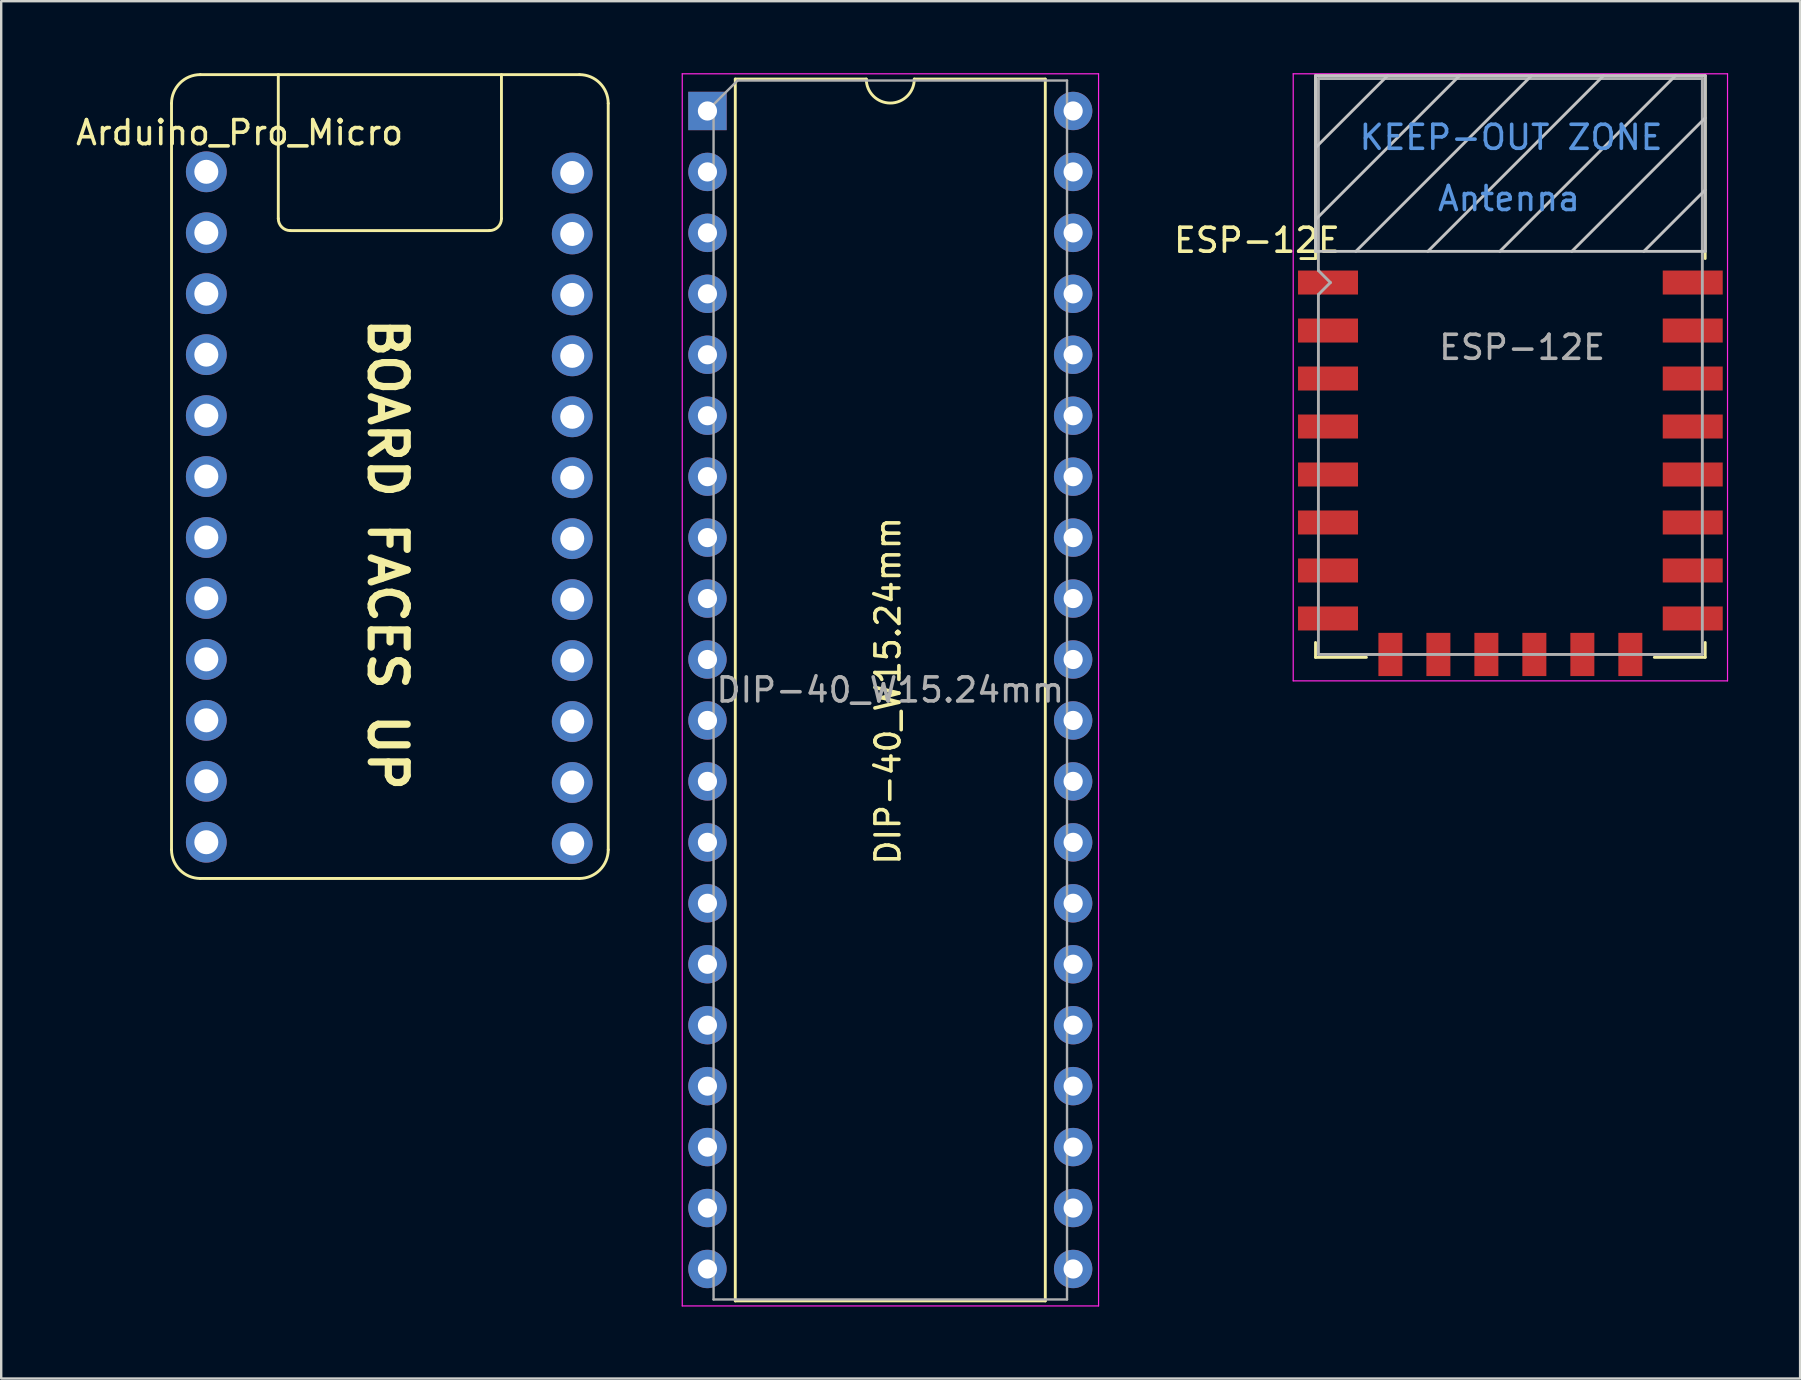
<source format=kicad_pcb>
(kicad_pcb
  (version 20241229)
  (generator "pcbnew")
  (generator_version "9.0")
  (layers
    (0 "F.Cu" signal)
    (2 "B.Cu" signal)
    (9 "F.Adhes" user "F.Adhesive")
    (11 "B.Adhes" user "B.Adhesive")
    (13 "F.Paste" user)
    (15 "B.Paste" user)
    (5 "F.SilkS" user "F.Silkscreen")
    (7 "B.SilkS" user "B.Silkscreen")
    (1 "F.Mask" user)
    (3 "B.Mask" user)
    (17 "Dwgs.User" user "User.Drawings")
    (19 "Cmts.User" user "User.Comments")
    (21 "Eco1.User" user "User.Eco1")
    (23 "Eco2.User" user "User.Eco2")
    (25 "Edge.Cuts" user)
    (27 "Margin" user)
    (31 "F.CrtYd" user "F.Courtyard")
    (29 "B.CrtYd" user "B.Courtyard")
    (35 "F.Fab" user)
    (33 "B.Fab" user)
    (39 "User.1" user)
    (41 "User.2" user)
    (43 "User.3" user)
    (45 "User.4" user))
  (footprint "Arduino_Pro_Micro"
    (layer "F.Cu")
    (at 5.548 4.11)
    (property "Reference" "Arduino_Pro_Micro" (at 1.387 -1.631 0) (layer "F.SilkS") (effects (font (size 1 1) (thickness 0.15))))
    (attr through_hole)
    (fp_line (start -1.45 28.25) (end -1.45 -2.85) (stroke (width 0.12) (type solid)) (layer "F.SilkS"))
    (fp_line (start -0.25 -4.05) (end 15.55 -4.05) (stroke (width 0.12) (type solid)) (layer "F.SilkS"))
    (fp_line (start -0.25 29.45) (end 15.55 29.45) (stroke (width 0.12) (type solid)) (layer "F.SilkS"))
    (fp_line (start 3 -4.05) (end 3 1.95) (stroke (width 0.12) (type solid)) (layer "F.SilkS"))
    (fp_line (start 3.5 2.45) (end 11.8 2.45) (stroke (width 0.12) (type solid)) (layer "F.SilkS"))
    (fp_line (start 12.3 -4.05) (end 12.3 1.95) (stroke (width 0.12) (type solid)) (layer "F.SilkS"))
    (fp_line (start 16.75 28.25) (end 16.75 -2.85) (stroke (width 0.12) (type solid)) (layer "F.SilkS"))
    (fp_arc (start -1.45 -2.85) (mid -1.098528 -3.698528) (end -0.25 -4.05) (stroke (width 0.12) (type solid)) (layer "F.SilkS"))
    (fp_arc (start -0.25 29.45) (mid -1.098528 29.098528) (end -1.45 28.25) (stroke (width 0.12) (type solid)) (layer "F.SilkS"))
    (fp_arc (start 3.5 2.45) (mid 3.146447 2.303553) (end 3 1.95) (stroke (width 0.12) (type solid)) (layer "F.SilkS"))
    (fp_arc (start 12.3 1.95) (mid 12.153553 2.303553) (end 11.8 2.45) (stroke (width 0.12) (type solid)) (layer "F.SilkS"))
    (fp_arc (start 15.55 -4.05) (mid 16.398528 -3.698528) (end 16.75 -2.85) (stroke (width 0.12) (type solid)) (layer "F.SilkS"))
    (fp_arc (start 16.75 28.25) (mid 16.398528 29.098528) (end 15.55 29.45) (stroke (width 0.12) (type solid)) (layer "F.SilkS"))
    (fp_text user "BOARD FACES UP" (at 7.55 15.95 270) (unlocked yes) (layer "F.SilkS") (effects (font (size 1.5 1.5) (thickness 0.3))))
    (pad "1" thru_hole circle (at 0 0) (size 1.7 1.7) (drill 1) (layers "*.Cu" "*.Mask"))
    (pad "2" thru_hole circle (at 0 2.54) (size 1.7 1.7) (drill 1) (layers "*.Cu" "*.Mask"))
    (pad "3" thru_hole circle (at 0 5.08) (size 1.7 1.7) (drill 1) (layers "*.Cu" "*.Mask"))
    (pad "4" thru_hole circle (at 0 7.62) (size 1.7 1.7) (drill 1) (layers "*.Cu" "*.Mask"))
    (pad "5" thru_hole circle (at 0 10.16) (size 1.7 1.7) (drill 1) (layers "*.Cu" "*.Mask"))
    (pad "6" thru_hole circle (at 0 12.7) (size 1.7 1.7) (drill 1) (layers "*.Cu" "*.Mask"))
    (pad "7" thru_hole circle (at 0 15.24) (size 1.7 1.7) (drill 1) (layers "*.Cu" "*.Mask"))
    (pad "8" thru_hole circle (at 0 17.78) (size 1.7 1.7) (drill 1) (layers "*.Cu" "*.Mask"))
    (pad "9" thru_hole circle (at 0 20.32) (size 1.7 1.7) (drill 1) (layers "*.Cu" "*.Mask"))
    (pad "10" thru_hole circle (at 0 22.86) (size 1.7 1.7) (drill 1) (layers "*.Cu" "*.Mask"))
    (pad "11" thru_hole circle (at 0 25.4) (size 1.7 1.7) (drill 1) (layers "*.Cu" "*.Mask"))
    (pad "12" thru_hole circle (at 0 27.94) (size 1.7 1.7) (drill 1) (layers "*.Cu" "*.Mask"))
    (pad "13" thru_hole circle (at 15.25 27.99) (size 1.7 1.7) (drill 1) (layers "*.Cu" "*.Mask"))
    (pad "14" thru_hole circle (at 15.25 25.45) (size 1.7 1.7) (drill 1) (layers "*.Cu" "*.Mask"))
    (pad "15" thru_hole circle (at 15.25 22.91) (size 1.7 1.7) (drill 1) (layers "*.Cu" "*.Mask"))
    (pad "16" thru_hole circle (at 15.25 20.37) (size 1.7 1.7) (drill 1) (layers "*.Cu" "*.Mask"))
    (pad "17" thru_hole circle (at 15.25 17.83) (size 1.7 1.7) (drill 1) (layers "*.Cu" "*.Mask"))
    (pad "18" thru_hole circle (at 15.25 15.29) (size 1.7 1.7) (drill 1) (layers "*.Cu" "*.Mask"))
    (pad "19" thru_hole circle (at 15.25 12.75) (size 1.7 1.7) (drill 1) (layers "*.Cu" "*.Mask"))
    (pad "20" thru_hole circle (at 15.25 10.21) (size 1.7 1.7) (drill 1) (layers "*.Cu" "*.Mask"))
    (pad "21" thru_hole circle (at 15.25 7.67) (size 1.7 1.7) (drill 1) (layers "*.Cu" "*.Mask"))
    (pad "22" thru_hole circle (at 15.25 5.13) (size 1.7 1.7) (drill 1) (layers "*.Cu" "*.Mask"))
    (pad "23" thru_hole circle (at 15.25 2.59) (size 1.7 1.7) (drill 1) (layers "*.Cu" "*.Mask"))
    (pad "24" thru_hole circle (at 15.25 0.05) (size 1.7 1.7) (drill 1) (layers "*.Cu" "*.Mask")))
  (footprint "ESP-12E"
    (layer "F.Cu")
    (at 59.895 12.225)
    (property "Reference" "ESP-12E" (at -10.56 -5.26 0) (layer "F.SilkS") (effects (font (size 1 1) (thickness 0.15))))
    (attr smd)
    (fp_line (start -8.12 -12.12) (end 8.12 -12.12) (stroke (width 0.12) (type solid)) (layer "F.SilkS"))
    (fp_line (start -8.12 -4.5) (end -8.73 -4.5) (stroke (width 0.12) (type solid)) (layer "F.SilkS"))
    (fp_line (start -8.12 -4.5) (end -8.12 -12.12) (stroke (width 0.12) (type solid)) (layer "F.SilkS"))
    (fp_line (start -8.12 12.12) (end -8.12 11.5) (stroke (width 0.12) (type solid)) (layer "F.SilkS"))
    (fp_line (start -6 12.12) (end -8.12 12.12) (stroke (width 0.12) (type solid)) (layer "F.SilkS"))
    (fp_line (start 8.12 -12.12) (end 8.12 -4.5) (stroke (width 0.12) (type solid)) (layer "F.SilkS"))
    (fp_line (start 8.12 11.5) (end 8.12 12.12) (stroke (width 0.12) (type solid)) (layer "F.SilkS"))
    (fp_line (start 8.12 12.12) (end 6 12.12) (stroke (width 0.12) (type solid)) (layer "F.SilkS"))
    (fp_line (start -8.12 -12.12) (end 8.12 -12.12) (stroke (width 0.12) (type solid)) (layer "Dwgs.User"))
    (fp_line (start -8.12 -9.12) (end -5.12 -12.12) (stroke (width 0.12) (type solid)) (layer "Dwgs.User"))
    (fp_line (start -8.12 -6.12) (end -2.12 -12.12) (stroke (width 0.12) (type solid)) (layer "Dwgs.User"))
    (fp_line (start -8.12 -4.8) (end -8.12 -12.12) (stroke (width 0.12) (type solid)) (layer "Dwgs.User"))
    (fp_line (start -6.44 -4.8) (end 0.88 -12.12) (stroke (width 0.12) (type solid)) (layer "Dwgs.User"))
    (fp_line (start -3.44 -4.8) (end 3.88 -12.12) (stroke (width 0.12) (type solid)) (layer "Dwgs.User"))
    (fp_line (start -0.44 -4.8) (end 6.88 -12.12) (stroke (width 0.12) (type solid)) (layer "Dwgs.User"))
    (fp_line (start 2.56 -4.8) (end 8.12 -10.36) (stroke (width 0.12) (type solid)) (layer "Dwgs.User"))
    (fp_line (start 5.56 -4.8) (end 8.12 -7.36) (stroke (width 0.12) (type solid)) (layer "Dwgs.User"))
    (fp_line (start 8.12 -12.12) (end 8.12 -4.8) (stroke (width 0.12) (type solid)) (layer "Dwgs.User"))
    (fp_line (start 8.12 -4.8) (end -8.12 -4.8) (stroke (width 0.12) (type solid)) (layer "Dwgs.User"))
    (fp_line (start -9.05 -12.2) (end 9.05 -12.2) (stroke (width 0.05) (type solid)) (layer "F.CrtYd"))
    (fp_line (start -9.05 13.1) (end -9.05 -12.2) (stroke (width 0.05) (type solid)) (layer "F.CrtYd"))
    (fp_line (start 9.05 -12.2) (end 9.05 13.1) (stroke (width 0.05) (type solid)) (layer "F.CrtYd"))
    (fp_line (start 9.05 13.1) (end -9.05 13.1) (stroke (width 0.05) (type solid)) (layer "F.CrtYd"))
    (fp_line (start -8 -12) (end 8 -12) (stroke (width 0.12) (type solid)) (layer "F.Fab"))
    (fp_line (start -8 -4) (end -8 -12) (stroke (width 0.12) (type solid)) (layer "F.Fab"))
    (fp_line (start -8 -3) (end -7.5 -3.5) (stroke (width 0.12) (type solid)) (layer "F.Fab"))
    (fp_line (start -8 12) (end -8 -3) (stroke (width 0.12) (type solid)) (layer "F.Fab"))
    (fp_line (start -7.5 -3.5) (end -8 -4) (stroke (width 0.12) (type solid)) (layer "F.Fab"))
    (fp_line (start 8 -12) (end 8 12) (stroke (width 0.12) (type solid)) (layer "F.Fab"))
    (fp_line (start 8 12) (end -8 12) (stroke (width 0.12) (type solid)) (layer "F.Fab"))
    (fp_text user "KEEP-OUT ZONE" (at 0.03 -9.55 180) (layer "Cmts.User") (effects (font (size 1 1) (thickness 0.15))))
    (fp_text user "Antenna" (at -0.06 -7 180) (layer "Cmts.User") (effects (font (size 1 1) (thickness 0.15))))
    (fp_text user "${REFERENCE}" (at 0.49 -0.8 0) (layer "F.Fab") (effects (font (size 1 1) (thickness 0.15))))
    (pad "1" smd rect (at -7.6 -3.5) (size 2.5 1) (layers "F.Cu" "F.Mask" "F.Paste"))
    (pad "2" smd rect (at -7.6 -1.5) (size 2.5 1) (layers "F.Cu" "F.Mask" "F.Paste"))
    (pad "3" smd rect (at -7.6 0.5) (size 2.5 1) (layers "F.Cu" "F.Mask" "F.Paste"))
    (pad "4" smd rect (at -7.6 2.5) (size 2.5 1) (layers "F.Cu" "F.Mask" "F.Paste"))
    (pad "5" smd rect (at -7.6 4.5) (size 2.5 1) (layers "F.Cu" "F.Mask" "F.Paste"))
    (pad "6" smd rect (at -7.6 6.5) (size 2.5 1) (layers "F.Cu" "F.Mask" "F.Paste"))
    (pad "7" smd rect (at -7.6 8.5) (size 2.5 1) (layers "F.Cu" "F.Mask" "F.Paste"))
    (pad "8" smd rect (at -7.6 10.5) (size 2.5 1) (layers "F.Cu" "F.Mask" "F.Paste"))
    (pad "9" smd rect (at -5 12) (size 1 1.8) (layers "F.Cu" "F.Mask" "F.Paste"))
    (pad "10" smd rect (at -3 12) (size 1 1.8) (layers "F.Cu" "F.Mask" "F.Paste"))
    (pad "11" smd rect (at -1 12) (size 1 1.8) (layers "F.Cu" "F.Mask" "F.Paste"))
    (pad "12" smd rect (at 1 12) (size 1 1.8) (layers "F.Cu" "F.Mask" "F.Paste"))
    (pad "13" smd rect (at 3 12) (size 1 1.8) (layers "F.Cu" "F.Mask" "F.Paste"))
    (pad "14" smd rect (at 5 12) (size 1 1.8) (layers "F.Cu" "F.Mask" "F.Paste"))
    (pad "15" smd rect (at 7.6 10.5) (size 2.5 1) (layers "F.Cu" "F.Mask" "F.Paste"))
    (pad "16" smd rect (at 7.6 8.5) (size 2.5 1) (layers "F.Cu" "F.Mask" "F.Paste"))
    (pad "17" smd rect (at 7.6 6.5) (size 2.5 1) (layers "F.Cu" "F.Mask" "F.Paste"))
    (pad "18" smd rect (at 7.6 4.5) (size 2.5 1) (layers "F.Cu" "F.Mask" "F.Paste"))
    (pad "19" smd rect (at 7.6 2.5) (size 2.5 1) (layers "F.Cu" "F.Mask" "F.Paste"))
    (pad "20" smd rect (at 7.6 0.5) (size 2.5 1) (layers "F.Cu" "F.Mask" "F.Paste"))
    (pad "21" smd rect (at 7.6 -1.5) (size 2.5 1) (layers "F.Cu" "F.Mask" "F.Paste"))
    (pad "22" smd rect (at 7.6 -3.5) (size 2.5 1) (layers "F.Cu" "F.Mask" "F.Paste")))
  (footprint "DIP-40_W15.24mm"
    (layer "F.Cu")
    (at 26.433 1.575)
    (property "Reference" "DIP-40_W15.24mm" (at 7.524 24.165 90) (layer "F.SilkS") (effects (font (size 1 1) (thickness 0.15))))
    (attr through_hole)
    (fp_line (start 1.16 -1.33) (end 1.16 49.59) (stroke (width 0.12) (type solid)) (layer "F.SilkS"))
    (fp_line (start 1.16 49.59) (end 14.08 49.59) (stroke (width 0.12) (type solid)) (layer "F.SilkS"))
    (fp_line (start 6.62 -1.33) (end 1.16 -1.33) (stroke (width 0.12) (type solid)) (layer "F.SilkS"))
    (fp_line (start 14.08 -1.33) (end 8.62 -1.33) (stroke (width 0.12) (type solid)) (layer "F.SilkS"))
    (fp_line (start 14.08 49.59) (end 14.08 -1.33) (stroke (width 0.12) (type solid)) (layer "F.SilkS"))
    (fp_arc (start 8.62 -1.33) (mid 7.62 -0.33) (end 6.62 -1.33) (stroke (width 0.12) (type solid)) (layer "F.SilkS"))
    (fp_line (start -1.05 -1.55) (end -1.05 49.8) (stroke (width 0.05) (type solid)) (layer "F.CrtYd"))
    (fp_line (start -1.05 49.8) (end 16.3 49.8) (stroke (width 0.05) (type solid)) (layer "F.CrtYd"))
    (fp_line (start 16.3 -1.55) (end -1.05 -1.55) (stroke (width 0.05) (type solid)) (layer "F.CrtYd"))
    (fp_line (start 16.3 49.8) (end 16.3 -1.55) (stroke (width 0.05) (type solid)) (layer "F.CrtYd"))
    (fp_line (start 0.255 -0.27) (end 1.255 -1.27) (stroke (width 0.1) (type solid)) (layer "F.Fab"))
    (fp_line (start 0.255 49.53) (end 0.255 -0.27) (stroke (width 0.1) (type solid)) (layer "F.Fab"))
    (fp_line (start 1.255 -1.27) (end 14.985 -1.27) (stroke (width 0.1) (type solid)) (layer "F.Fab"))
    (fp_line (start 14.985 -1.27) (end 14.985 49.53) (stroke (width 0.1) (type solid)) (layer "F.Fab"))
    (fp_line (start 14.985 49.53) (end 0.255 49.53) (stroke (width 0.1) (type solid)) (layer "F.Fab"))
    (fp_text user "${REFERENCE}" (at 7.62 24.13 0) (layer "F.Fab") (effects (font (size 1 1) (thickness 0.15))))
    (pad "1" thru_hole rect (at 0 0) (size 1.6 1.6) (drill 0.8) (layers "*.Cu" "*.Mask"))
    (pad "2" thru_hole oval (at 0 2.54) (size 1.6 1.6) (drill 0.8) (layers "*.Cu" "*.Mask"))
    (pad "3" thru_hole oval (at 0 5.08) (size 1.6 1.6) (drill 0.8) (layers "*.Cu" "*.Mask"))
    (pad "4" thru_hole oval (at 0 7.62) (size 1.6 1.6) (drill 0.8) (layers "*.Cu" "*.Mask"))
    (pad "5" thru_hole oval (at 0 10.16) (size 1.6 1.6) (drill 0.8) (layers "*.Cu" "*.Mask"))
    (pad "6" thru_hole oval (at 0 12.7) (size 1.6 1.6) (drill 0.8) (layers "*.Cu" "*.Mask"))
    (pad "7" thru_hole oval (at 0 15.24) (size 1.6 1.6) (drill 0.8) (layers "*.Cu" "*.Mask"))
    (pad "8" thru_hole oval (at 0 17.78) (size 1.6 1.6) (drill 0.8) (layers "*.Cu" "*.Mask"))
    (pad "9" thru_hole oval (at 0 20.32) (size 1.6 1.6) (drill 0.8) (layers "*.Cu" "*.Mask"))
    (pad "10" thru_hole oval (at 0 22.86) (size 1.6 1.6) (drill 0.8) (layers "*.Cu" "*.Mask"))
    (pad "11" thru_hole oval (at 0 25.4) (size 1.6 1.6) (drill 0.8) (layers "*.Cu" "*.Mask"))
    (pad "12" thru_hole oval (at 0 27.94) (size 1.6 1.6) (drill 0.8) (layers "*.Cu" "*.Mask"))
    (pad "13" thru_hole oval (at 0 30.48) (size 1.6 1.6) (drill 0.8) (layers "*.Cu" "*.Mask"))
    (pad "14" thru_hole oval (at 0 33.02) (size 1.6 1.6) (drill 0.8) (layers "*.Cu" "*.Mask"))
    (pad "15" thru_hole oval (at 0 35.56) (size 1.6 1.6) (drill 0.8) (layers "*.Cu" "*.Mask"))
    (pad "16" thru_hole oval (at 0 38.1) (size 1.6 1.6) (drill 0.8) (layers "*.Cu" "*.Mask"))
    (pad "17" thru_hole oval (at 0 40.64) (size 1.6 1.6) (drill 0.8) (layers "*.Cu" "*.Mask"))
    (pad "18" thru_hole oval (at 0 43.18) (size 1.6 1.6) (drill 0.8) (layers "*.Cu" "*.Mask"))
    (pad "19" thru_hole oval (at 0 45.72) (size 1.6 1.6) (drill 0.8) (layers "*.Cu" "*.Mask"))
    (pad "20" thru_hole oval (at 0 48.26) (size 1.6 1.6) (drill 0.8) (layers "*.Cu" "*.Mask"))
    (pad "21" thru_hole oval (at 15.24 48.26) (size 1.6 1.6) (drill 0.8) (layers "*.Cu" "*.Mask"))
    (pad "22" thru_hole oval (at 15.24 45.72) (size 1.6 1.6) (drill 0.8) (layers "*.Cu" "*.Mask"))
    (pad "23" thru_hole oval (at 15.24 43.18) (size 1.6 1.6) (drill 0.8) (layers "*.Cu" "*.Mask"))
    (pad "24" thru_hole oval (at 15.24 40.64) (size 1.6 1.6) (drill 0.8) (layers "*.Cu" "*.Mask"))
    (pad "25" thru_hole oval (at 15.24 38.1) (size 1.6 1.6) (drill 0.8) (layers "*.Cu" "*.Mask"))
    (pad "26" thru_hole oval (at 15.24 35.56) (size 1.6 1.6) (drill 0.8) (layers "*.Cu" "*.Mask"))
    (pad "27" thru_hole oval (at 15.24 33.02) (size 1.6 1.6) (drill 0.8) (layers "*.Cu" "*.Mask"))
    (pad "28" thru_hole oval (at 15.24 30.48) (size 1.6 1.6) (drill 0.8) (layers "*.Cu" "*.Mask"))
    (pad "29" thru_hole oval (at 15.24 27.94) (size 1.6 1.6) (drill 0.8) (layers "*.Cu" "*.Mask"))
    (pad "30" thru_hole oval (at 15.24 25.4) (size 1.6 1.6) (drill 0.8) (layers "*.Cu" "*.Mask"))
    (pad "31" thru_hole oval (at 15.24 22.86) (size 1.6 1.6) (drill 0.8) (layers "*.Cu" "*.Mask"))
    (pad "32" thru_hole oval (at 15.24 20.32) (size 1.6 1.6) (drill 0.8) (layers "*.Cu" "*.Mask"))
    (pad "33" thru_hole oval (at 15.24 17.78) (size 1.6 1.6) (drill 0.8) (layers "*.Cu" "*.Mask"))
    (pad "34" thru_hole oval (at 15.24 15.24) (size 1.6 1.6) (drill 0.8) (layers "*.Cu" "*.Mask"))
    (pad "35" thru_hole oval (at 15.24 12.7) (size 1.6 1.6) (drill 0.8) (layers "*.Cu" "*.Mask"))
    (pad "36" thru_hole oval (at 15.24 10.16) (size 1.6 1.6) (drill 0.8) (layers "*.Cu" "*.Mask"))
    (pad "37" thru_hole oval (at 15.24 7.62) (size 1.6 1.6) (drill 0.8) (layers "*.Cu" "*.Mask"))
    (pad "38" thru_hole oval (at 15.24 5.08) (size 1.6 1.6) (drill 0.8) (layers "*.Cu" "*.Mask"))
    (pad "39" thru_hole oval (at 15.24 2.54) (size 1.6 1.6) (drill 0.8) (layers "*.Cu" "*.Mask"))
    (pad "40" thru_hole oval (at 15.24 0) (size 1.6 1.6) (drill 0.8) (layers "*.Cu" "*.Mask")))
  (gr_rect
    (start -3 -3)
    (end 71.97 54.4)
    (stroke (width 0.1) (type default))
    (fill no)
    (layer "Edge.Cuts")))
</source>
